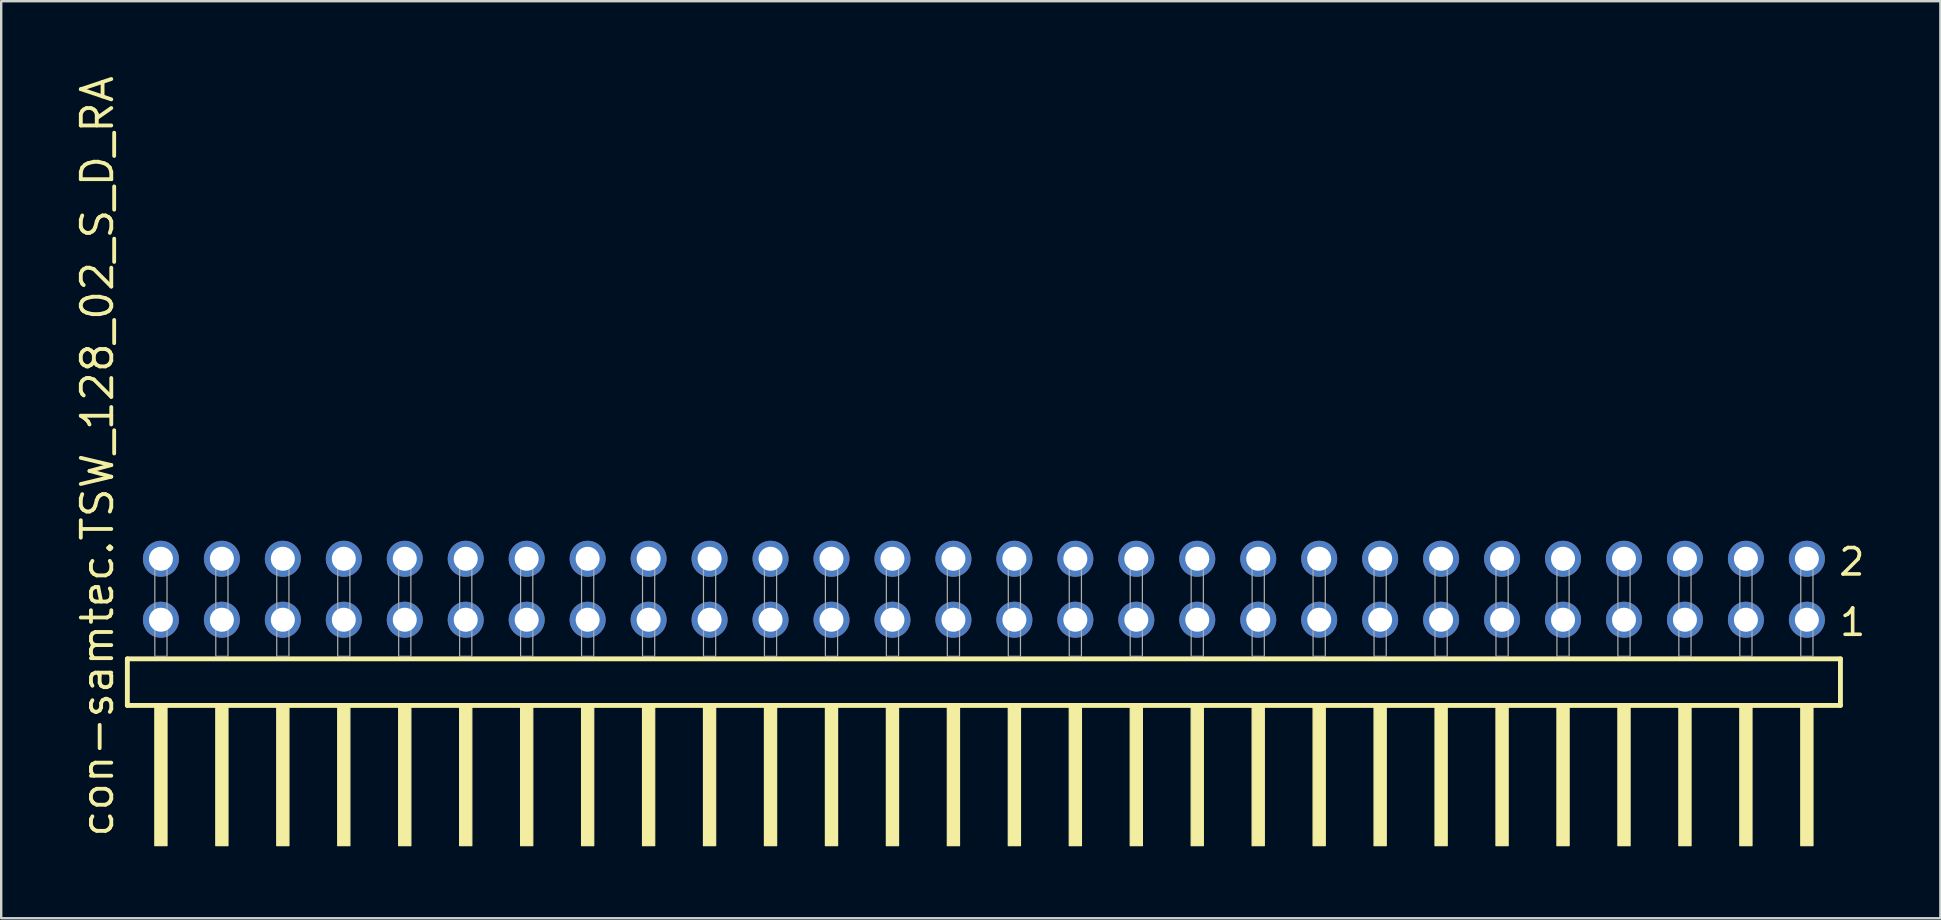
<source format=kicad_pcb>
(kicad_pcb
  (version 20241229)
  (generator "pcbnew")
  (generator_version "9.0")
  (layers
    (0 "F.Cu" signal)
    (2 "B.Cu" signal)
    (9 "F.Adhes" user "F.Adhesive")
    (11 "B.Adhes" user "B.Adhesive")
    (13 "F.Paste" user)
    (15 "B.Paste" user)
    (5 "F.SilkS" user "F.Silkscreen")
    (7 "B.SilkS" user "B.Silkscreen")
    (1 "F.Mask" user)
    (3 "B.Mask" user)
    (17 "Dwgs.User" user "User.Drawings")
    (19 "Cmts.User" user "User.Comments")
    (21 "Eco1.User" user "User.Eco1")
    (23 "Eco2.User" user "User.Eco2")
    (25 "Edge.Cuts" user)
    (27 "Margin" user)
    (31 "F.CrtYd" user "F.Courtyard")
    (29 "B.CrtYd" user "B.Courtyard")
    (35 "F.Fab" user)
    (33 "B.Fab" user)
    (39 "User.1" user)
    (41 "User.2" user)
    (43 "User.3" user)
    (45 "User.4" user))
  (footprint "con-samtec.TSW_128_02_S_D_RA"
    (layer "F.Cu")
    (at 37.945 24.296)
    (property "Reference" "con-samtec.TSW_128_02_S_D_RA" (at -36.195 7.62 90) (layer "F.SilkS") (effects (font (size 1.27 1.27) (thickness 0.16)) (justify left bottom)))
    (attr through_hole)
    (fp_line (start -35.689 0.106) (end -35.689 2.046) (stroke (width 0.203) (type default)) (layer "F.SilkS"))
    (fp_line (start -35.689 2.046) (end 35.689 2.046) (stroke (width 0.203) (type default)) (layer "F.SilkS"))
    (fp_line (start 35.689 0.106) (end -35.689 0.106) (stroke (width 0.203) (type default)) (layer "F.SilkS"))
    (fp_line (start 35.689 2.046) (end 35.689 0.106) (stroke (width 0.203) (type default)) (layer "F.SilkS"))
    (fp_rect (start -34.544 7.89) (end -34.036 2.04) (stroke (width 0.05) (type default)) (fill yes) (layer "F.SilkS"))
    (fp_rect (start -32.004 7.89) (end -31.496 2.04) (stroke (width 0.05) (type default)) (fill yes) (layer "F.SilkS"))
    (fp_rect (start -29.464 7.89) (end -28.956 2.04) (stroke (width 0.05) (type default)) (fill yes) (layer "F.SilkS"))
    (fp_rect (start -26.924 7.89) (end -26.416 2.04) (stroke (width 0.05) (type default)) (fill yes) (layer "F.SilkS"))
    (fp_rect (start -24.384 7.89) (end -23.876 2.04) (stroke (width 0.05) (type default)) (fill yes) (layer "F.SilkS"))
    (fp_rect (start -21.844 7.89) (end -21.336 2.04) (stroke (width 0.05) (type default)) (fill yes) (layer "F.SilkS"))
    (fp_rect (start -19.304 7.89) (end -18.796 2.04) (stroke (width 0.05) (type default)) (fill yes) (layer "F.SilkS"))
    (fp_rect (start -16.764 7.89) (end -16.256 2.04) (stroke (width 0.05) (type default)) (fill yes) (layer "F.SilkS"))
    (fp_rect (start -14.224 7.89) (end -13.716 2.04) (stroke (width 0.05) (type default)) (fill yes) (layer "F.SilkS"))
    (fp_rect (start -11.684 7.89) (end -11.176 2.04) (stroke (width 0.05) (type default)) (fill yes) (layer "F.SilkS"))
    (fp_rect (start -9.144 7.89) (end -8.636 2.04) (stroke (width 0.05) (type default)) (fill yes) (layer "F.SilkS"))
    (fp_rect (start -6.604 7.89) (end -6.096 2.04) (stroke (width 0.05) (type default)) (fill yes) (layer "F.SilkS"))
    (fp_rect (start -4.064 7.89) (end -3.556 2.04) (stroke (width 0.05) (type default)) (fill yes) (layer "F.SilkS"))
    (fp_rect (start -1.524 7.89) (end -1.016 2.04) (stroke (width 0.05) (type default)) (fill yes) (layer "F.SilkS"))
    (fp_rect (start 1.016 7.89) (end 1.524 2.04) (stroke (width 0.05) (type default)) (fill yes) (layer "F.SilkS"))
    (fp_rect (start 3.556 7.89) (end 4.064 2.04) (stroke (width 0.05) (type default)) (fill yes) (layer "F.SilkS"))
    (fp_rect (start 6.096 7.89) (end 6.604 2.04) (stroke (width 0.05) (type default)) (fill yes) (layer "F.SilkS"))
    (fp_rect (start 8.636 7.89) (end 9.144 2.04) (stroke (width 0.05) (type default)) (fill yes) (layer "F.SilkS"))
    (fp_rect (start 11.176 7.89) (end 11.684 2.04) (stroke (width 0.05) (type default)) (fill yes) (layer "F.SilkS"))
    (fp_rect (start 13.716 7.89) (end 14.224 2.04) (stroke (width 0.05) (type default)) (fill yes) (layer "F.SilkS"))
    (fp_rect (start 16.256 7.89) (end 16.764 2.04) (stroke (width 0.05) (type default)) (fill yes) (layer "F.SilkS"))
    (fp_rect (start 18.796 7.89) (end 19.304 2.04) (stroke (width 0.05) (type default)) (fill yes) (layer "F.SilkS"))
    (fp_rect (start 21.336 7.89) (end 21.844 2.04) (stroke (width 0.05) (type default)) (fill yes) (layer "F.SilkS"))
    (fp_rect (start 23.876 7.89) (end 24.384 2.04) (stroke (width 0.05) (type default)) (fill yes) (layer "F.SilkS"))
    (fp_rect (start 26.416 7.89) (end 26.924 2.04) (stroke (width 0.05) (type default)) (fill yes) (layer "F.SilkS"))
    (fp_rect (start 28.956 7.89) (end 29.464 2.04) (stroke (width 0.05) (type default)) (fill yes) (layer "F.SilkS"))
    (fp_rect (start 31.496 7.89) (end 32.004 2.04) (stroke (width 0.05) (type default)) (fill yes) (layer "F.SilkS"))
    (fp_rect (start 34.036 7.89) (end 34.544 2.04) (stroke (width 0.05) (type default)) (fill yes) (layer "F.SilkS"))
    (fp_rect (start -34.544 0) (end -34.036 -4.318) (stroke (width 0.05) (type default)) (fill no) (layer "F.Fab"))
    (fp_rect (start -32.004 0) (end -31.496 -4.318) (stroke (width 0.05) (type default)) (fill no) (layer "F.Fab"))
    (fp_rect (start -29.464 0) (end -28.956 -4.318) (stroke (width 0.05) (type default)) (fill no) (layer "F.Fab"))
    (fp_rect (start -26.924 0) (end -26.416 -4.318) (stroke (width 0.05) (type default)) (fill no) (layer "F.Fab"))
    (fp_rect (start -24.384 0) (end -23.876 -4.318) (stroke (width 0.05) (type default)) (fill no) (layer "F.Fab"))
    (fp_rect (start -21.844 0) (end -21.336 -4.318) (stroke (width 0.05) (type default)) (fill no) (layer "F.Fab"))
    (fp_rect (start -19.304 0) (end -18.796 -4.318) (stroke (width 0.05) (type default)) (fill no) (layer "F.Fab"))
    (fp_rect (start -16.764 0) (end -16.256 -4.318) (stroke (width 0.05) (type default)) (fill no) (layer "F.Fab"))
    (fp_rect (start -14.224 0) (end -13.716 -4.318) (stroke (width 0.05) (type default)) (fill no) (layer "F.Fab"))
    (fp_rect (start -11.684 0) (end -11.176 -4.318) (stroke (width 0.05) (type default)) (fill no) (layer "F.Fab"))
    (fp_rect (start -9.144 0) (end -8.636 -4.318) (stroke (width 0.05) (type default)) (fill no) (layer "F.Fab"))
    (fp_rect (start -6.604 0) (end -6.096 -4.318) (stroke (width 0.05) (type default)) (fill no) (layer "F.Fab"))
    (fp_rect (start -4.064 0) (end -3.556 -4.318) (stroke (width 0.05) (type default)) (fill no) (layer "F.Fab"))
    (fp_rect (start -1.524 0) (end -1.016 -4.318) (stroke (width 0.05) (type default)) (fill no) (layer "F.Fab"))
    (fp_rect (start 1.016 0) (end 1.524 -4.318) (stroke (width 0.05) (type default)) (fill no) (layer "F.Fab"))
    (fp_rect (start 3.556 0) (end 4.064 -4.318) (stroke (width 0.05) (type default)) (fill no) (layer "F.Fab"))
    (fp_rect (start 6.096 0) (end 6.604 -4.318) (stroke (width 0.05) (type default)) (fill no) (layer "F.Fab"))
    (fp_rect (start 8.636 0) (end 9.144 -4.318) (stroke (width 0.05) (type default)) (fill no) (layer "F.Fab"))
    (fp_rect (start 11.176 0) (end 11.684 -4.318) (stroke (width 0.05) (type default)) (fill no) (layer "F.Fab"))
    (fp_rect (start 13.716 0) (end 14.224 -4.318) (stroke (width 0.05) (type default)) (fill no) (layer "F.Fab"))
    (fp_rect (start 16.256 0) (end 16.764 -4.318) (stroke (width 0.05) (type default)) (fill no) (layer "F.Fab"))
    (fp_rect (start 18.796 0) (end 19.304 -4.318) (stroke (width 0.05) (type default)) (fill no) (layer "F.Fab"))
    (fp_rect (start 21.336 0) (end 21.844 -4.318) (stroke (width 0.05) (type default)) (fill no) (layer "F.Fab"))
    (fp_rect (start 23.876 0) (end 24.384 -4.318) (stroke (width 0.05) (type default)) (fill no) (layer "F.Fab"))
    (fp_rect (start 26.416 0) (end 26.924 -4.318) (stroke (width 0.05) (type default)) (fill no) (layer "F.Fab"))
    (fp_rect (start 28.956 0) (end 29.464 -4.318) (stroke (width 0.05) (type default)) (fill no) (layer "F.Fab"))
    (fp_rect (start 31.496 0) (end 32.004 -4.318) (stroke (width 0.05) (type default)) (fill no) (layer "F.Fab"))
    (fp_rect (start 34.036 0) (end 34.544 -4.318) (stroke (width 0.05) (type default)) (fill no) (layer "F.Fab"))
    (fp_text user "1" (at 35.575 -0.775 0) (layer "F.SilkS") (effects (font (size 1.1 1.1) (thickness 0.15)) (justify left bottom)))
    (fp_text user "2" (at 35.54 -3.29 0) (layer "F.SilkS") (effects (font (size 1.1 1.1) (thickness 0.15)) (justify left bottom)))
    (pad "1" thru_hole circle (at 34.29 -1.524 180) (size 1.5 1.5) (drill 1) (layers "*.Cu" "*.Mask"))
    (pad "2" thru_hole circle (at 34.29 -4.064 180) (size 1.5 1.5) (drill 1) (layers "*.Cu" "*.Mask"))
    (pad "3" thru_hole circle (at 31.75 -1.524 180) (size 1.5 1.5) (drill 1) (layers "*.Cu" "*.Mask"))
    (pad "4" thru_hole circle (at 31.75 -4.064 180) (size 1.5 1.5) (drill 1) (layers "*.Cu" "*.Mask"))
    (pad "5" thru_hole circle (at 29.21 -1.524 180) (size 1.5 1.5) (drill 1) (layers "*.Cu" "*.Mask"))
    (pad "6" thru_hole circle (at 29.21 -4.064 180) (size 1.5 1.5) (drill 1) (layers "*.Cu" "*.Mask"))
    (pad "7" thru_hole circle (at 26.67 -1.524 180) (size 1.5 1.5) (drill 1) (layers "*.Cu" "*.Mask"))
    (pad "8" thru_hole circle (at 26.67 -4.064 180) (size 1.5 1.5) (drill 1) (layers "*.Cu" "*.Mask"))
    (pad "9" thru_hole circle (at 24.13 -1.524 180) (size 1.5 1.5) (drill 1) (layers "*.Cu" "*.Mask"))
    (pad "10" thru_hole circle (at 24.13 -4.064 180) (size 1.5 1.5) (drill 1) (layers "*.Cu" "*.Mask"))
    (pad "11" thru_hole circle (at 21.59 -1.524 180) (size 1.5 1.5) (drill 1) (layers "*.Cu" "*.Mask"))
    (pad "12" thru_hole circle (at 21.59 -4.064 180) (size 1.5 1.5) (drill 1) (layers "*.Cu" "*.Mask"))
    (pad "13" thru_hole circle (at 19.05 -1.524 180) (size 1.5 1.5) (drill 1) (layers "*.Cu" "*.Mask"))
    (pad "14" thru_hole circle (at 19.05 -4.064 180) (size 1.5 1.5) (drill 1) (layers "*.Cu" "*.Mask"))
    (pad "15" thru_hole circle (at 16.51 -1.524 180) (size 1.5 1.5) (drill 1) (layers "*.Cu" "*.Mask"))
    (pad "16" thru_hole circle (at 16.51 -4.064 180) (size 1.5 1.5) (drill 1) (layers "*.Cu" "*.Mask"))
    (pad "17" thru_hole circle (at 13.97 -1.524 180) (size 1.5 1.5) (drill 1) (layers "*.Cu" "*.Mask"))
    (pad "18" thru_hole circle (at 13.97 -4.064 180) (size 1.5 1.5) (drill 1) (layers "*.Cu" "*.Mask"))
    (pad "19" thru_hole circle (at 11.43 -1.524 180) (size 1.5 1.5) (drill 1) (layers "*.Cu" "*.Mask"))
    (pad "20" thru_hole circle (at 11.43 -4.064 180) (size 1.5 1.5) (drill 1) (layers "*.Cu" "*.Mask"))
    (pad "21" thru_hole circle (at 8.89 -1.524 180) (size 1.5 1.5) (drill 1) (layers "*.Cu" "*.Mask"))
    (pad "22" thru_hole circle (at 8.89 -4.064 180) (size 1.5 1.5) (drill 1) (layers "*.Cu" "*.Mask"))
    (pad "23" thru_hole circle (at 6.35 -1.524 180) (size 1.5 1.5) (drill 1) (layers "*.Cu" "*.Mask"))
    (pad "24" thru_hole circle (at 6.35 -4.064 180) (size 1.5 1.5) (drill 1) (layers "*.Cu" "*.Mask"))
    (pad "25" thru_hole circle (at 3.81 -1.524 180) (size 1.5 1.5) (drill 1) (layers "*.Cu" "*.Mask"))
    (pad "26" thru_hole circle (at 3.81 -4.064 180) (size 1.5 1.5) (drill 1) (layers "*.Cu" "*.Mask"))
    (pad "27" thru_hole circle (at 1.27 -1.524 180) (size 1.5 1.5) (drill 1) (layers "*.Cu" "*.Mask"))
    (pad "28" thru_hole circle (at 1.27 -4.064 180) (size 1.5 1.5) (drill 1) (layers "*.Cu" "*.Mask"))
    (pad "29" thru_hole circle (at -1.27 -1.524 180) (size 1.5 1.5) (drill 1) (layers "*.Cu" "*.Mask"))
    (pad "30" thru_hole circle (at -1.27 -4.064 180) (size 1.5 1.5) (drill 1) (layers "*.Cu" "*.Mask"))
    (pad "31" thru_hole circle (at -3.81 -1.524 180) (size 1.5 1.5) (drill 1) (layers "*.Cu" "*.Mask"))
    (pad "32" thru_hole circle (at -3.81 -4.064 180) (size 1.5 1.5) (drill 1) (layers "*.Cu" "*.Mask"))
    (pad "33" thru_hole circle (at -6.35 -1.524 180) (size 1.5 1.5) (drill 1) (layers "*.Cu" "*.Mask"))
    (pad "34" thru_hole circle (at -6.35 -4.064 180) (size 1.5 1.5) (drill 1) (layers "*.Cu" "*.Mask"))
    (pad "35" thru_hole circle (at -8.89 -1.524 180) (size 1.5 1.5) (drill 1) (layers "*.Cu" "*.Mask"))
    (pad "36" thru_hole circle (at -8.89 -4.064 180) (size 1.5 1.5) (drill 1) (layers "*.Cu" "*.Mask"))
    (pad "37" thru_hole circle (at -11.43 -1.524 180) (size 1.5 1.5) (drill 1) (layers "*.Cu" "*.Mask"))
    (pad "38" thru_hole circle (at -11.43 -4.064 180) (size 1.5 1.5) (drill 1) (layers "*.Cu" "*.Mask"))
    (pad "39" thru_hole circle (at -13.97 -1.524 180) (size 1.5 1.5) (drill 1) (layers "*.Cu" "*.Mask"))
    (pad "40" thru_hole circle (at -13.97 -4.064 180) (size 1.5 1.5) (drill 1) (layers "*.Cu" "*.Mask"))
    (pad "41" thru_hole circle (at -16.51 -1.524 180) (size 1.5 1.5) (drill 1) (layers "*.Cu" "*.Mask"))
    (pad "42" thru_hole circle (at -16.51 -4.064 180) (size 1.5 1.5) (drill 1) (layers "*.Cu" "*.Mask"))
    (pad "43" thru_hole circle (at -19.05 -1.524 180) (size 1.5 1.5) (drill 1) (layers "*.Cu" "*.Mask"))
    (pad "44" thru_hole circle (at -19.05 -4.064 180) (size 1.5 1.5) (drill 1) (layers "*.Cu" "*.Mask"))
    (pad "45" thru_hole circle (at -21.59 -1.524 180) (size 1.5 1.5) (drill 1) (layers "*.Cu" "*.Mask"))
    (pad "46" thru_hole circle (at -21.59 -4.064 180) (size 1.5 1.5) (drill 1) (layers "*.Cu" "*.Mask"))
    (pad "47" thru_hole circle (at -24.13 -1.524 180) (size 1.5 1.5) (drill 1) (layers "*.Cu" "*.Mask"))
    (pad "48" thru_hole circle (at -24.13 -4.064 180) (size 1.5 1.5) (drill 1) (layers "*.Cu" "*.Mask"))
    (pad "49" thru_hole circle (at -26.67 -1.524 180) (size 1.5 1.5) (drill 1) (layers "*.Cu" "*.Mask"))
    (pad "50" thru_hole circle (at -26.67 -4.064 180) (size 1.5 1.5) (drill 1) (layers "*.Cu" "*.Mask"))
    (pad "51" thru_hole circle (at -29.21 -1.524 180) (size 1.5 1.5) (drill 1) (layers "*.Cu" "*.Mask"))
    (pad "52" thru_hole circle (at -29.21 -4.064 180) (size 1.5 1.5) (drill 1) (layers "*.Cu" "*.Mask"))
    (pad "53" thru_hole circle (at -31.75 -1.524 180) (size 1.5 1.5) (drill 1) (layers "*.Cu" "*.Mask"))
    (pad "54" thru_hole circle (at -31.75 -4.064 180) (size 1.5 1.5) (drill 1) (layers "*.Cu" "*.Mask"))
    (pad "55" thru_hole circle (at -34.29 -1.524 180) (size 1.5 1.5) (drill 1) (layers "*.Cu" "*.Mask"))
    (pad "56" thru_hole circle (at -34.29 -4.064 180) (size 1.5 1.5) (drill 1) (layers "*.Cu" "*.Mask")))
  (gr_rect
    (start -3 -3)
    (end 77.798 35.211)
    (stroke (width 0.1) (type default))
    (fill no)
    (layer "Edge.Cuts")))
</source>
